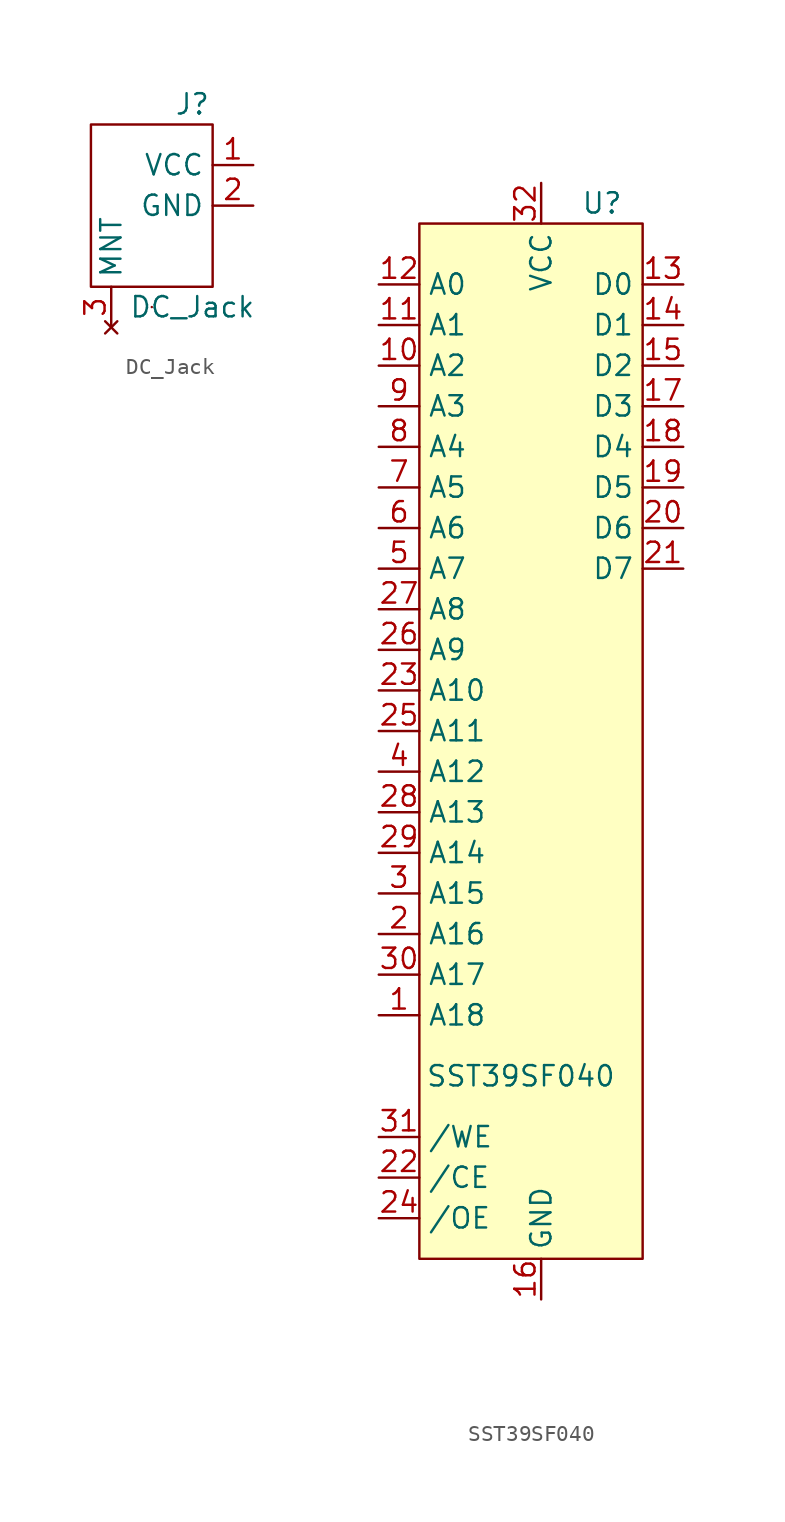
<source format=kicad_sym>
(kicad_symbol_lib
  (version 20211014)
  (generator kicad_symbol_editor)
  (symbol "DC_Jack"
    (property "Reference" "J"
      (at -1.27 6.35 0)
      (effects (font (size 1.27 1.27))))
    (property "Value" "DC_Jack"
      (at -1.27 -6.35 0)
      (effects (font (size 1.27 1.27))))
    (symbol "DC_Jack_0_1"
      (rectangle (start -3.81 -6.35) (end -3.81 -6.35) (stroke (width 0) (type default) (color 0 0 0 0)) (fill (type none)))
      (rectangle (start 0 5.08) (end -7.62 -5.08) (stroke (width 0) (type default) (color 0 0 0 0)) (fill (type none))))
    (symbol "DC_Jack_1_1"
      (pin power_in line (at 2.54 2.54 180) (length 2.54) (name "VCC" (effects (font (size 1.27 1.27)))) (number "1" (effects (font (size 1.27 1.27)))))
      (pin power_in line (at 2.54 0 180) (length 2.54) (name "GND" (effects (font (size 1.27 1.27)))) (number "2" (effects (font (size 1.27 1.27)))))
      (pin no_connect line (at -6.35 -7.62 90) (length 2.54) (name "MNT" (effects (font (size 1.27 1.27)))) (number "3" (effects (font (size 1.27 1.27)))))))
  (symbol "SST39SF040"
    (property "Reference" "U"
      (at 5.08 35.56 0)
      (effects (font (size 1.27 1.27))))
    (property "Value" "SST39SF040"
      (at 0 -19.05 0)
      (effects (font (size 1.27 1.27))))
    (symbol "SST39SF040_0_1"
      (rectangle (start -6.35 34.29) (end 7.62 -30.48) (stroke (width 0) (type default) (color 0 0 0 0)) (fill (type background))))
    (symbol "SST39SF040_1_1"
      (pin input line (at -8.89 -15.24 0) (length 2.54) (name "A18" (effects (font (size 1.27 1.27)))) (number "1" (effects (font (size 1.27 1.27)))))
      (pin input line (at -8.89 25.4 0) (length 2.54) (name "A2" (effects (font (size 1.27 1.27)))) (number "10" (effects (font (size 1.27 1.27)))))
      (pin input line (at -8.89 27.94 0) (length 2.54) (name "A1" (effects (font (size 1.27 1.27)))) (number "11" (effects (font (size 1.27 1.27)))))
      (pin input line (at -8.89 30.48 0) (length 2.54) (name "A0" (effects (font (size 1.27 1.27)))) (number "12" (effects (font (size 1.27 1.27)))))
      (pin bidirectional line (at 10.16 30.48 180) (length 2.54) (name "D0" (effects (font (size 1.27 1.27)))) (number "13" (effects (font (size 1.27 1.27)))))
      (pin bidirectional line (at 10.16 27.94 180) (length 2.54) (name "D1" (effects (font (size 1.27 1.27)))) (number "14" (effects (font (size 1.27 1.27)))))
      (pin bidirectional line (at 10.16 25.4 180) (length 2.54) (name "D2" (effects (font (size 1.27 1.27)))) (number "15" (effects (font (size 1.27 1.27)))))
      (pin power_in line (at 1.27 -33.02 90) (length 2.54) (name "GND" (effects (font (size 1.27 1.27)))) (number "16" (effects (font (size 1.27 1.27)))))
      (pin bidirectional line (at 10.16 22.86 180) (length 2.54) (name "D3" (effects (font (size 1.27 1.27)))) (number "17" (effects (font (size 1.27 1.27)))))
      (pin bidirectional line (at 10.16 20.32 180) (length 2.54) (name "D4" (effects (font (size 1.27 1.27)))) (number "18" (effects (font (size 1.27 1.27)))))
      (pin bidirectional line (at 10.16 17.78 180) (length 2.54) (name "D5" (effects (font (size 1.27 1.27)))) (number "19" (effects (font (size 1.27 1.27)))))
      (pin input line (at -8.89 -10.16 0) (length 2.54) (name "A16" (effects (font (size 1.27 1.27)))) (number "2" (effects (font (size 1.27 1.27)))))
      (pin bidirectional line (at 10.16 15.24 180) (length 2.54) (name "D6" (effects (font (size 1.27 1.27)))) (number "20" (effects (font (size 1.27 1.27)))))
      (pin bidirectional line (at 10.16 12.7 180) (length 2.54) (name "D7" (effects (font (size 1.27 1.27)))) (number "21" (effects (font (size 1.27 1.27)))))
      (pin input line (at -8.89 -25.4 0) (length 2.54) (name "/CE" (effects (font (size 1.27 1.27)))) (number "22" (effects (font (size 1.27 1.27)))))
      (pin input line (at -8.89 5.08 0) (length 2.54) (name "A10" (effects (font (size 1.27 1.27)))) (number "23" (effects (font (size 1.27 1.27)))))
      (pin input line (at -8.89 -27.94 0) (length 2.54) (name "/OE" (effects (font (size 1.27 1.27)))) (number "24" (effects (font (size 1.27 1.27)))))
      (pin input line (at -8.89 2.54 0) (length 2.54) (name "A11" (effects (font (size 1.27 1.27)))) (number "25" (effects (font (size 1.27 1.27)))))
      (pin input line (at -8.89 7.62 0) (length 2.54) (name "A9" (effects (font (size 1.27 1.27)))) (number "26" (effects (font (size 1.27 1.27)))))
      (pin input line (at -8.89 10.16 0) (length 2.54) (name "A8" (effects (font (size 1.27 1.27)))) (number "27" (effects (font (size 1.27 1.27)))))
      (pin input line (at -8.89 -2.54 0) (length 2.54) (name "A13" (effects (font (size 1.27 1.27)))) (number "28" (effects (font (size 1.27 1.27)))))
      (pin input line (at -8.89 -5.08 0) (length 2.54) (name "A14" (effects (font (size 1.27 1.27)))) (number "29" (effects (font (size 1.27 1.27)))))
      (pin input line (at -8.89 -7.62 0) (length 2.54) (name "A15" (effects (font (size 1.27 1.27)))) (number "3" (effects (font (size 1.27 1.27)))))
      (pin input line (at -8.89 -12.7 0) (length 2.54) (name "A17" (effects (font (size 1.27 1.27)))) (number "30" (effects (font (size 1.27 1.27)))))
      (pin input line (at -8.89 -22.86 0) (length 2.54) (name "/WE" (effects (font (size 1.27 1.27)))) (number "31" (effects (font (size 1.27 1.27)))))
      (pin power_in line (at 1.27 36.83 270) (length 2.54) (name "VCC" (effects (font (size 1.27 1.27)))) (number "32" (effects (font (size 1.27 1.27)))))
      (pin input line (at -8.89 0 0) (length 2.54) (name "A12" (effects (font (size 1.27 1.27)))) (number "4" (effects (font (size 1.27 1.27)))))
      (pin input line (at -8.89 12.7 0) (length 2.54) (name "A7" (effects (font (size 1.27 1.27)))) (number "5" (effects (font (size 1.27 1.27)))))
      (pin input line (at -8.89 15.24 0) (length 2.54) (name "A6" (effects (font (size 1.27 1.27)))) (number "6" (effects (font (size 1.27 1.27)))))
      (pin input line (at -8.89 17.78 0) (length 2.54) (name "A5" (effects (font (size 1.27 1.27)))) (number "7" (effects (font (size 1.27 1.27)))))
      (pin input line (at -8.89 20.32 0) (length 2.54) (name "A4" (effects (font (size 1.27 1.27)))) (number "8" (effects (font (size 1.27 1.27)))))
      (pin input line (at -8.89 22.86 0) (length 2.54) (name "A3" (effects (font (size 1.27 1.27)))) (number "9" (effects (font (size 1.27 1.27))))))))
</source>
